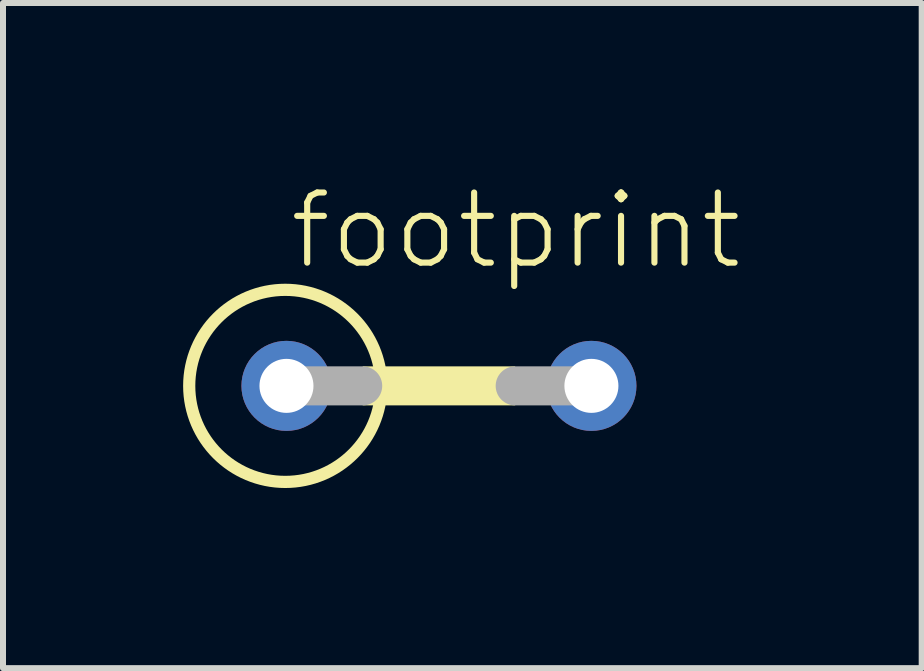
<source format=kicad_pcb>
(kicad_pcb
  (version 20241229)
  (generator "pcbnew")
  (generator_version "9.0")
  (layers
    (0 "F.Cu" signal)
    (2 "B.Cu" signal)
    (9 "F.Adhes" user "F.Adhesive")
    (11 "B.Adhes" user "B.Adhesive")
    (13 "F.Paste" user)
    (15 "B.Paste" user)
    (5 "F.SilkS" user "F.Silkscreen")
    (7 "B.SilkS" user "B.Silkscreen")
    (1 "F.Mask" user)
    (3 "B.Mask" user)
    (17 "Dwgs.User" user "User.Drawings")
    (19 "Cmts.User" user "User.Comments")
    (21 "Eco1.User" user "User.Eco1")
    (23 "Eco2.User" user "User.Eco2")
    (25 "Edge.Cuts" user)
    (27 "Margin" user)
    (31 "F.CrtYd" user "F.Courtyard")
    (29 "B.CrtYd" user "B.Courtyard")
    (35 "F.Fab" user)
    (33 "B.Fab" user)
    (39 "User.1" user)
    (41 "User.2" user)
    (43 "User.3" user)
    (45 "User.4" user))
  (footprint "footprint"
    (layer "F.Cu")
    (at 4.262 3.378)
    (property "Reference" "footprint" (at -2.54 -1.905 0) (layer "F.SilkS") (effects (font (size 1.168 1.168) (thickness 0.102)) (justify left bottom)))
    (fp_circle (center -2.56 0) (end -0.96 0) (stroke (width 0.203) (type solid)) (fill no) (layer "F.SilkS"))
    (fp_poly (pts (xy -1.27 0.325) (xy 1.27 0.325) (xy 1.27 -0.325) (xy -1.27 -0.325)) (stroke (width 0) (type solid)) (fill yes) (layer "F.SilkS"))
    (fp_line (start -2.54 0) (end -1.27 0) (stroke (width 0.65) (type solid)) (layer "F.Fab"))
    (fp_line (start 2.54 0) (end 1.27 0) (stroke (width 0.65) (type solid)) (layer "F.Fab"))
    (pad "1" thru_hole circle (at -2.54 0) (size 1.5 1.5) (drill 0.9) (layers "*.Cu" "*.Mask"))
    (pad "2" thru_hole circle (at 2.54 0) (size 1.5 1.5) (drill 0.9) (layers "*.Cu" "*.Mask")))
  (gr_rect
    (start -3 -3)
    (end 12.304 8.08)
    (stroke (width 0.1) (type default))
    (fill no)
    (layer "Edge.Cuts")))
</source>
